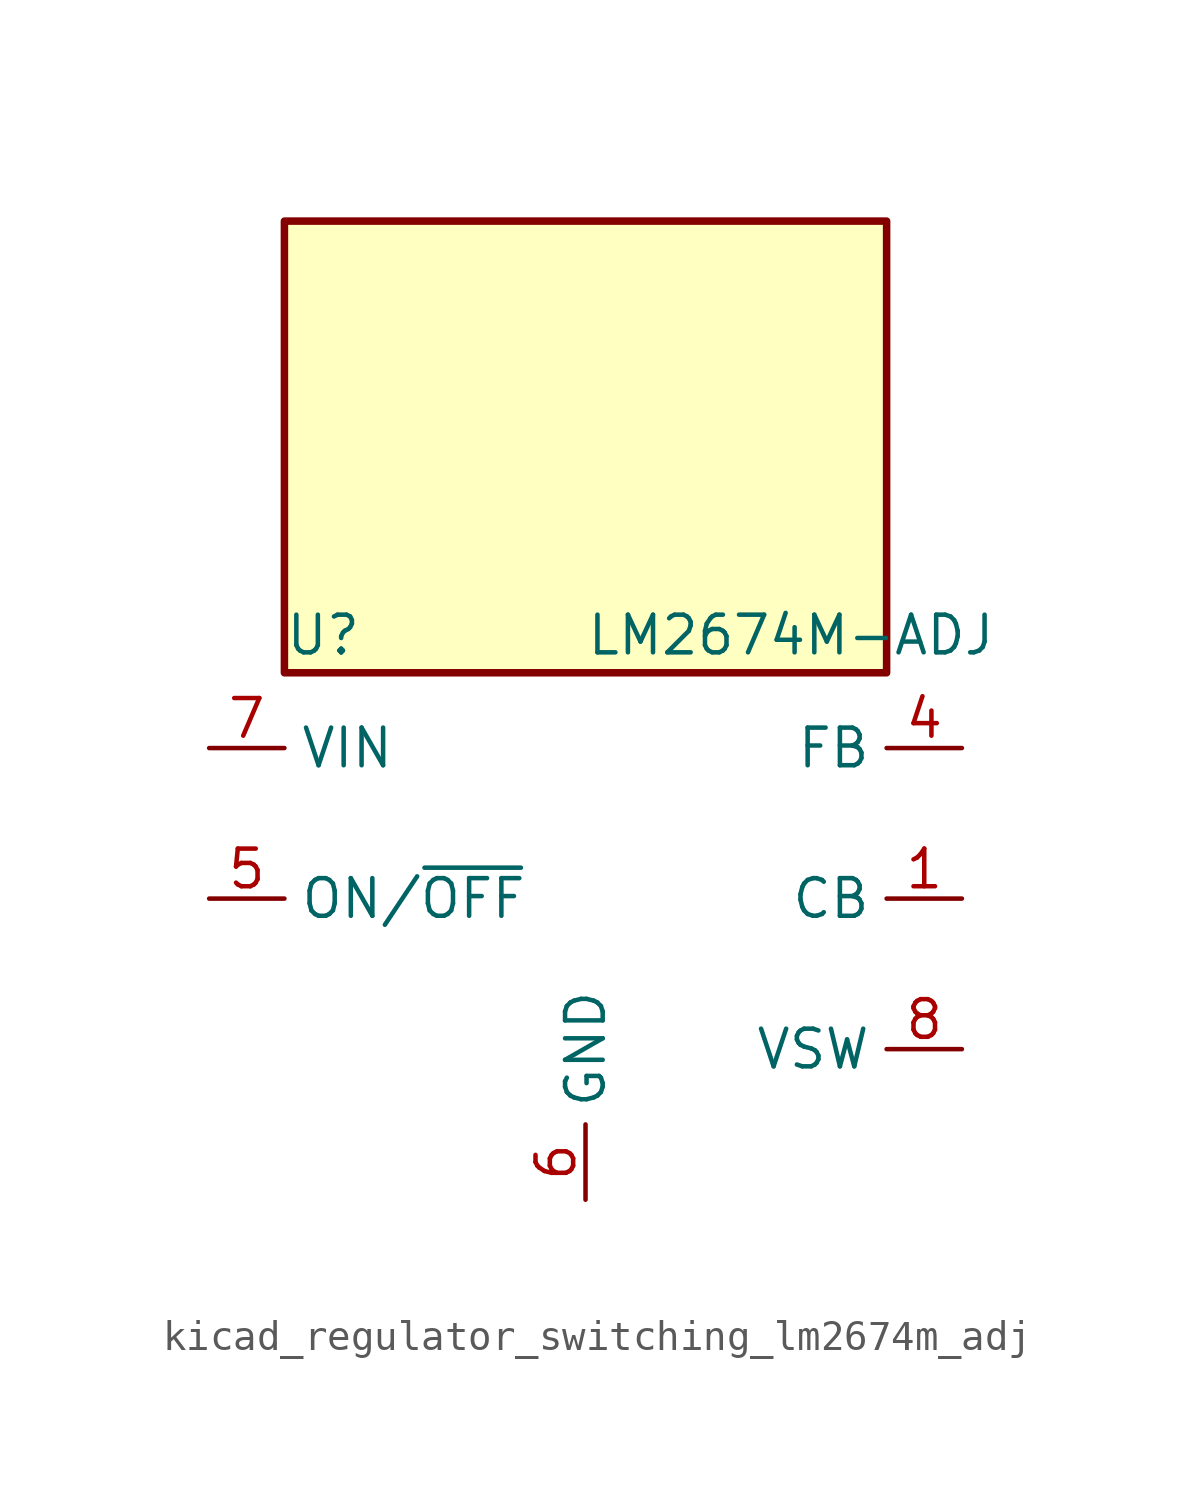
<source format=kicad_sym>
(kicad_symbol_lib
  (version 20220914)
  (generator kicad_symbol_editor)
  (symbol "kicad_regulator_switching_lm2674m_adj"
    (property "Reference" "U"
      (at -10.16 8.89 0)
      (effects (font (size 1.27 1.27)) (justify left)))
    (property "Value" "LM2674M-ADJ"
      (at 0 8.89 0)
      (effects (font (size 1.27 1.27)) (justify left)))
    (symbol "kicad_regulator_switching_lm2674m_adj_0_1"
      (rectangle (start 10.16 22.86) (end -10.16 7.62) (stroke (width 0.254) (type default)) (fill (type background))))
    (symbol "kicad_regulator_switching_lm2674m_adj_1_1"
      (pin input line (at 12.7 0 180) (length 2.54) (name "CB" (effects (font (size 1.27 1.27)))) (number "1" (effects (font (size 1.27 1.27)))))
      (pin no_connect line (at -10.16 -2.54 0) (length 2.54) hide (name "NC" (effects (font (size 1.27 1.27)))) (number "2" (effects (font (size 1.27 1.27)))))
      (pin no_connect line (at -10.16 -5.08 0) (length 2.54) hide (name "NC" (effects (font (size 1.27 1.27)))) (number "3" (effects (font (size 1.27 1.27)))))
      (pin input line (at 12.7 5.08 180) (length 2.54) (name "FB" (effects (font (size 1.27 1.27)))) (number "4" (effects (font (size 1.27 1.27)))))
      (pin input line (at -12.7 0 0) (length 2.54) (name "ON/~{OFF}" (effects (font (size 1.27 1.27)))) (number "5" (effects (font (size 1.27 1.27)))))
      (pin power_in line (at 0 -10.16 90) (length 2.54) (name "GND" (effects (font (size 1.27 1.27)))) (number "6" (effects (font (size 1.27 1.27)))))
      (pin power_in line (at -12.7 5.08 0) (length 2.54) (name "VIN" (effects (font (size 1.27 1.27)))) (number "7" (effects (font (size 1.27 1.27)))))
      (pin output line (at 12.7 -5.08 180) (length 2.54) (name "VSW" (effects (font (size 1.27 1.27)))) (number "8" (effects (font (size 1.27 1.27))))))))
</source>
